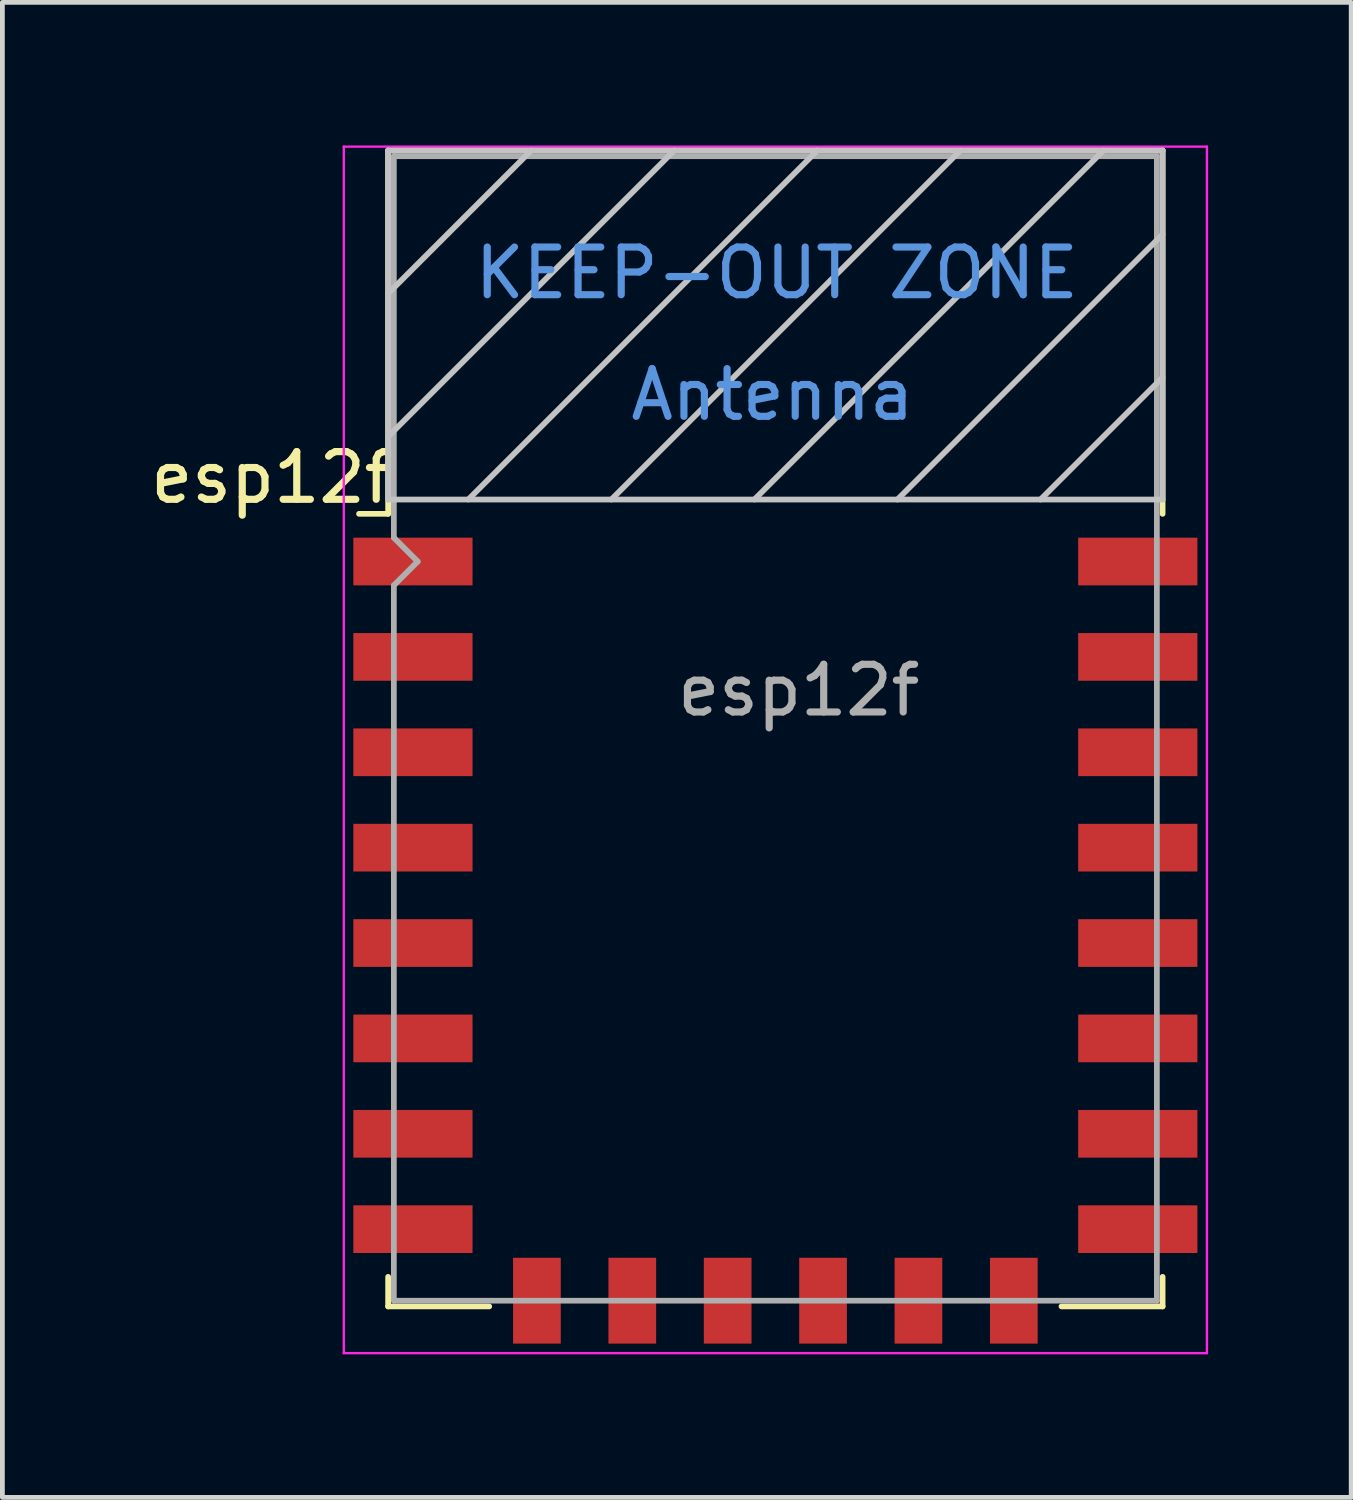
<source format=kicad_pcb>
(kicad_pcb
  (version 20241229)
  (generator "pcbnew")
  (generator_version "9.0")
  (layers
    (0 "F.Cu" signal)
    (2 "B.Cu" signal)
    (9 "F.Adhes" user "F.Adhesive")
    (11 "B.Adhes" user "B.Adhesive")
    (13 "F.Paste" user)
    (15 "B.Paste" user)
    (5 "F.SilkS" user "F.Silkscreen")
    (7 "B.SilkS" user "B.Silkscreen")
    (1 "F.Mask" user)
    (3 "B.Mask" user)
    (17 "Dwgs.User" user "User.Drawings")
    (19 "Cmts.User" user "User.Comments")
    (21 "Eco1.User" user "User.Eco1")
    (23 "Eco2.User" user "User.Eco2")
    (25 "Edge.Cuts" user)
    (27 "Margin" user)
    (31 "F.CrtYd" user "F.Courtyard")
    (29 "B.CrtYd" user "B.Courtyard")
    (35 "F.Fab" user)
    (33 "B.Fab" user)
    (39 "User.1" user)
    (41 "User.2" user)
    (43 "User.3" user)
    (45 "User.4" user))
  (footprint "esp12f"
    (layer "F.Cu")
    (at 13.209 12.225)
    (property "Reference" "esp12f" (at -10.56 -5.26 0) (layer "F.SilkS") (effects (font (size 1 1) (thickness 0.15))))
    (attr smd)
    (fp_line (start -8.12 -12.12) (end 8.12 -12.12) (stroke (width 0.12) (type solid)) (layer "F.SilkS"))
    (fp_line (start -8.12 -4.5) (end -8.73 -4.5) (stroke (width 0.12) (type solid)) (layer "F.SilkS"))
    (fp_line (start -8.12 -4.5) (end -8.12 -12.12) (stroke (width 0.12) (type solid)) (layer "F.SilkS"))
    (fp_line (start -8.12 12.12) (end -8.12 11.5) (stroke (width 0.12) (type solid)) (layer "F.SilkS"))
    (fp_line (start -6 12.12) (end -8.12 12.12) (stroke (width 0.12) (type solid)) (layer "F.SilkS"))
    (fp_line (start 8.12 -12.12) (end 8.12 -4.5) (stroke (width 0.12) (type solid)) (layer "F.SilkS"))
    (fp_line (start 8.12 11.5) (end 8.12 12.12) (stroke (width 0.12) (type solid)) (layer "F.SilkS"))
    (fp_line (start 8.12 12.12) (end 6 12.12) (stroke (width 0.12) (type solid)) (layer "F.SilkS"))
    (fp_line (start -8.12 -12.12) (end 8.12 -12.12) (stroke (width 0.12) (type solid)) (layer "Dwgs.User"))
    (fp_line (start -8.12 -9.12) (end -5.12 -12.12) (stroke (width 0.12) (type solid)) (layer "Dwgs.User"))
    (fp_line (start -8.12 -6.12) (end -2.12 -12.12) (stroke (width 0.12) (type solid)) (layer "Dwgs.User"))
    (fp_line (start -8.12 -4.8) (end -8.12 -12.12) (stroke (width 0.12) (type solid)) (layer "Dwgs.User"))
    (fp_line (start -6.44 -4.8) (end 0.88 -12.12) (stroke (width 0.12) (type solid)) (layer "Dwgs.User"))
    (fp_line (start -3.44 -4.8) (end 3.88 -12.12) (stroke (width 0.12) (type solid)) (layer "Dwgs.User"))
    (fp_line (start -0.44 -4.8) (end 6.88 -12.12) (stroke (width 0.12) (type solid)) (layer "Dwgs.User"))
    (fp_line (start 2.56 -4.8) (end 8.12 -10.36) (stroke (width 0.12) (type solid)) (layer "Dwgs.User"))
    (fp_line (start 5.56 -4.8) (end 8.12 -7.36) (stroke (width 0.12) (type solid)) (layer "Dwgs.User"))
    (fp_line (start 8.12 -12.12) (end 8.12 -4.8) (stroke (width 0.12) (type solid)) (layer "Dwgs.User"))
    (fp_line (start 8.12 -4.8) (end -8.12 -4.8) (stroke (width 0.12) (type solid)) (layer "Dwgs.User"))
    (fp_line (start -9.05 -12.2) (end 9.05 -12.2) (stroke (width 0.05) (type solid)) (layer "F.CrtYd"))
    (fp_line (start -9.05 13.1) (end -9.05 -12.2) (stroke (width 0.05) (type solid)) (layer "F.CrtYd"))
    (fp_line (start 9.05 -12.2) (end 9.05 13.1) (stroke (width 0.05) (type solid)) (layer "F.CrtYd"))
    (fp_line (start 9.05 13.1) (end -9.05 13.1) (stroke (width 0.05) (type solid)) (layer "F.CrtYd"))
    (fp_line (start -8 -12) (end 8 -12) (stroke (width 0.12) (type solid)) (layer "F.Fab"))
    (fp_line (start -8 -4) (end -8 -12) (stroke (width 0.12) (type solid)) (layer "F.Fab"))
    (fp_line (start -8 -3) (end -7.5 -3.5) (stroke (width 0.12) (type solid)) (layer "F.Fab"))
    (fp_line (start -8 12) (end -8 -3) (stroke (width 0.12) (type solid)) (layer "F.Fab"))
    (fp_line (start -7.5 -3.5) (end -8 -4) (stroke (width 0.12) (type solid)) (layer "F.Fab"))
    (fp_line (start 8 -12) (end 8 12) (stroke (width 0.12) (type solid)) (layer "F.Fab"))
    (fp_line (start 8 12) (end -8 12) (stroke (width 0.12) (type solid)) (layer "F.Fab"))
    (fp_text user "KEEP-OUT ZONE" (at 0.03 -9.55 180) (layer "Cmts.User") (effects (font (size 1 1) (thickness 0.15))))
    (fp_text user "Antenna" (at -0.06 -7 180) (layer "Cmts.User") (effects (font (size 1 1) (thickness 0.15))))
    (fp_text user "${REFERENCE}" (at 0.49 -0.8 0) (layer "F.Fab") (effects (font (size 1 1) (thickness 0.15))))
    (pad "1" smd rect (at -7.6 -3.5) (size 2.5 1) (layers "F.Cu" "F.Mask" "F.Paste"))
    (pad "2" smd rect (at -7.6 -1.5) (size 2.5 1) (layers "F.Cu" "F.Mask" "F.Paste"))
    (pad "3" smd rect (at -7.6 0.5) (size 2.5 1) (layers "F.Cu" "F.Mask" "F.Paste"))
    (pad "4" smd rect (at -7.6 2.5) (size 2.5 1) (layers "F.Cu" "F.Mask" "F.Paste"))
    (pad "5" smd rect (at -7.6 4.5) (size 2.5 1) (layers "F.Cu" "F.Mask" "F.Paste"))
    (pad "6" smd rect (at -7.6 6.5) (size 2.5 1) (layers "F.Cu" "F.Mask" "F.Paste"))
    (pad "7" smd rect (at -7.6 8.5) (size 2.5 1) (layers "F.Cu" "F.Mask" "F.Paste"))
    (pad "8" smd rect (at -7.6 10.5) (size 2.5 1) (layers "F.Cu" "F.Mask" "F.Paste"))
    (pad "9" smd rect (at 7.6 10.5) (size 2.5 1) (layers "F.Cu" "F.Mask" "F.Paste"))
    (pad "10" smd rect (at 7.6 8.5) (size 2.5 1) (layers "F.Cu" "F.Mask" "F.Paste"))
    (pad "11" smd rect (at 7.6 6.5) (size 2.5 1) (layers "F.Cu" "F.Mask" "F.Paste"))
    (pad "12" smd rect (at 7.6 4.5) (size 2.5 1) (layers "F.Cu" "F.Mask" "F.Paste"))
    (pad "13" smd rect (at 7.6 2.5) (size 2.5 1) (layers "F.Cu" "F.Mask" "F.Paste"))
    (pad "14" smd rect (at 7.6 0.5) (size 2.5 1) (layers "F.Cu" "F.Mask" "F.Paste"))
    (pad "15" smd rect (at 7.6 -1.5) (size 2.5 1) (layers "F.Cu" "F.Mask" "F.Paste"))
    (pad "16" smd rect (at 7.6 -3.5) (size 2.5 1) (layers "F.Cu" "F.Mask" "F.Paste"))
    (pad "17" smd rect (at -5 12) (size 1 1.8) (layers "F.Cu" "F.Mask" "F.Paste"))
    (pad "18" smd rect (at -3 12) (size 1 1.8) (layers "F.Cu" "F.Mask" "F.Paste"))
    (pad "19" smd rect (at -1 12) (size 1 1.8) (layers "F.Cu" "F.Mask" "F.Paste"))
    (pad "20" smd rect (at 1 12) (size 1 1.8) (layers "F.Cu" "F.Mask" "F.Paste"))
    (pad "21" smd rect (at 3 12) (size 1 1.8) (layers "F.Cu" "F.Mask" "F.Paste"))
    (pad "22" smd rect (at 5 12) (size 1 1.8) (layers "F.Cu" "F.Mask" "F.Paste")))
  (gr_rect
    (start -3 -3)
    (end 25.284 28.35)
    (stroke (width 0.1) (type default))
    (fill no)
    (layer "Edge.Cuts")))
</source>
